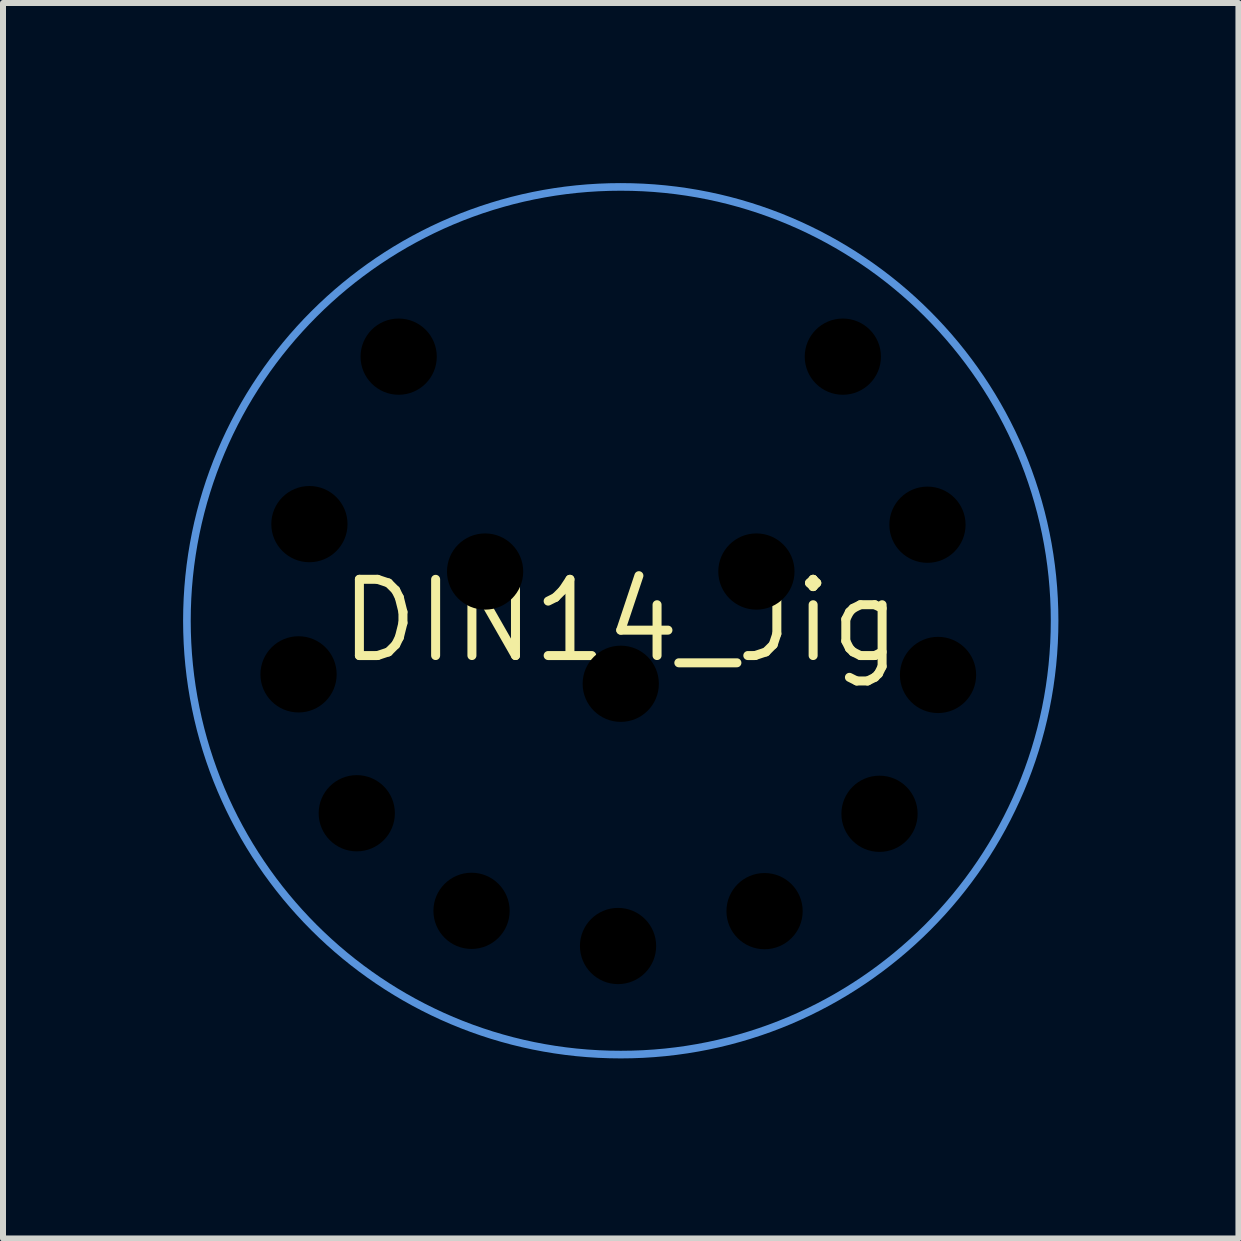
<source format=kicad_pcb>
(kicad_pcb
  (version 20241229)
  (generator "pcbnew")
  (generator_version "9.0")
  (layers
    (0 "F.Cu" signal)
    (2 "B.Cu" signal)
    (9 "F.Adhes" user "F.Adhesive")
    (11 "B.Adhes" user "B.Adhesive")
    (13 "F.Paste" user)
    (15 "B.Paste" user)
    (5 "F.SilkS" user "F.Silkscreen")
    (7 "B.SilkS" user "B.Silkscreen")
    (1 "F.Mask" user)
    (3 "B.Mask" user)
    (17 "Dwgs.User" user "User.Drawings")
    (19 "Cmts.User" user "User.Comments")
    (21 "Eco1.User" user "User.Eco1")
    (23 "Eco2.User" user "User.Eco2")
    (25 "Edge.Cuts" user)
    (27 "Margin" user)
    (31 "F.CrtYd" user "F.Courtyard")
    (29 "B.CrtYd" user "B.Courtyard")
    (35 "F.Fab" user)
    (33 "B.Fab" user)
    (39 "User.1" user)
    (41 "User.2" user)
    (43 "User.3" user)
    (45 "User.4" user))
  (footprint "DIN14_Jig"
    (layer "F.Cu")
    (at 7.292 7.292)
    (property "Reference" "DIN14_Jig" (at 0 0 0) (layer "F.SilkS") (effects (font (size 1.27 1.27) (thickness 0.15))))
    (fp_circle (center 0 0) (end 7.228 0) (stroke (width 0.127) (type solid)) (fill no) (layer "Cmts.User"))
    (pad "" np_thru_hole circle (at -5.368 0.893) (size 1.27 1.27) (drill 1.27) (layers "*.Mask"))
    (pad "" np_thru_hole circle (at -5.187 -1.61) (size 1.27 1.27) (drill 1.27) (layers "*.Mask"))
    (pad "" np_thru_hole circle (at -4.398 3.207) (size 1.27 1.27) (drill 1.27) (layers "*.Mask"))
    (pad "" np_thru_hole circle (at -3.7 -4.4) (size 1.27 1.27) (drill 1.27) (layers "*.Mask"))
    (pad "" np_thru_hole circle (at -2.486 4.833) (size 1.27 1.27) (drill 1.27) (layers "*.Mask"))
    (pad "" np_thru_hole circle (at -2.26 -0.82) (size 1.27 1.27) (drill 1.27) (layers "*.Mask"))
    (pad "" np_thru_hole circle (at -0.045 5.419) (size 1.27 1.27) (drill 1.27) (layers "*.Mask"))
    (pad "" np_thru_hole circle (at 0 1.05) (size 1.27 1.27) (drill 1.27) (layers "*.Mask"))
    (pad "" np_thru_hole circle (at 2.26 -0.82) (size 1.27 1.27) (drill 1.27) (layers "*.Mask"))
    (pad "" np_thru_hole circle (at 2.396 4.838) (size 1.27 1.27) (drill 1.27) (layers "*.Mask"))
    (pad "" np_thru_hole circle (at 3.7 -4.4) (size 1.27 1.27) (drill 1.27) (layers "*.Mask"))
    (pad "" np_thru_hole circle (at 4.311 3.216) (size 1.27 1.27) (drill 1.27) (layers "*.Mask"))
    (pad "" np_thru_hole circle (at 5.11 -1.6) (size 1.27 1.27) (drill 1.27) (layers "*.Mask"))
    (pad "" np_thru_hole circle (at 5.286 0.903) (size 1.27 1.27) (drill 1.27) (layers "*.Mask")))
  (gr_rect
    (start -3 -3)
    (end 17.583 17.583)
    (stroke (width 0.1) (type default))
    (fill no)
    (layer "Edge.Cuts")))
</source>
